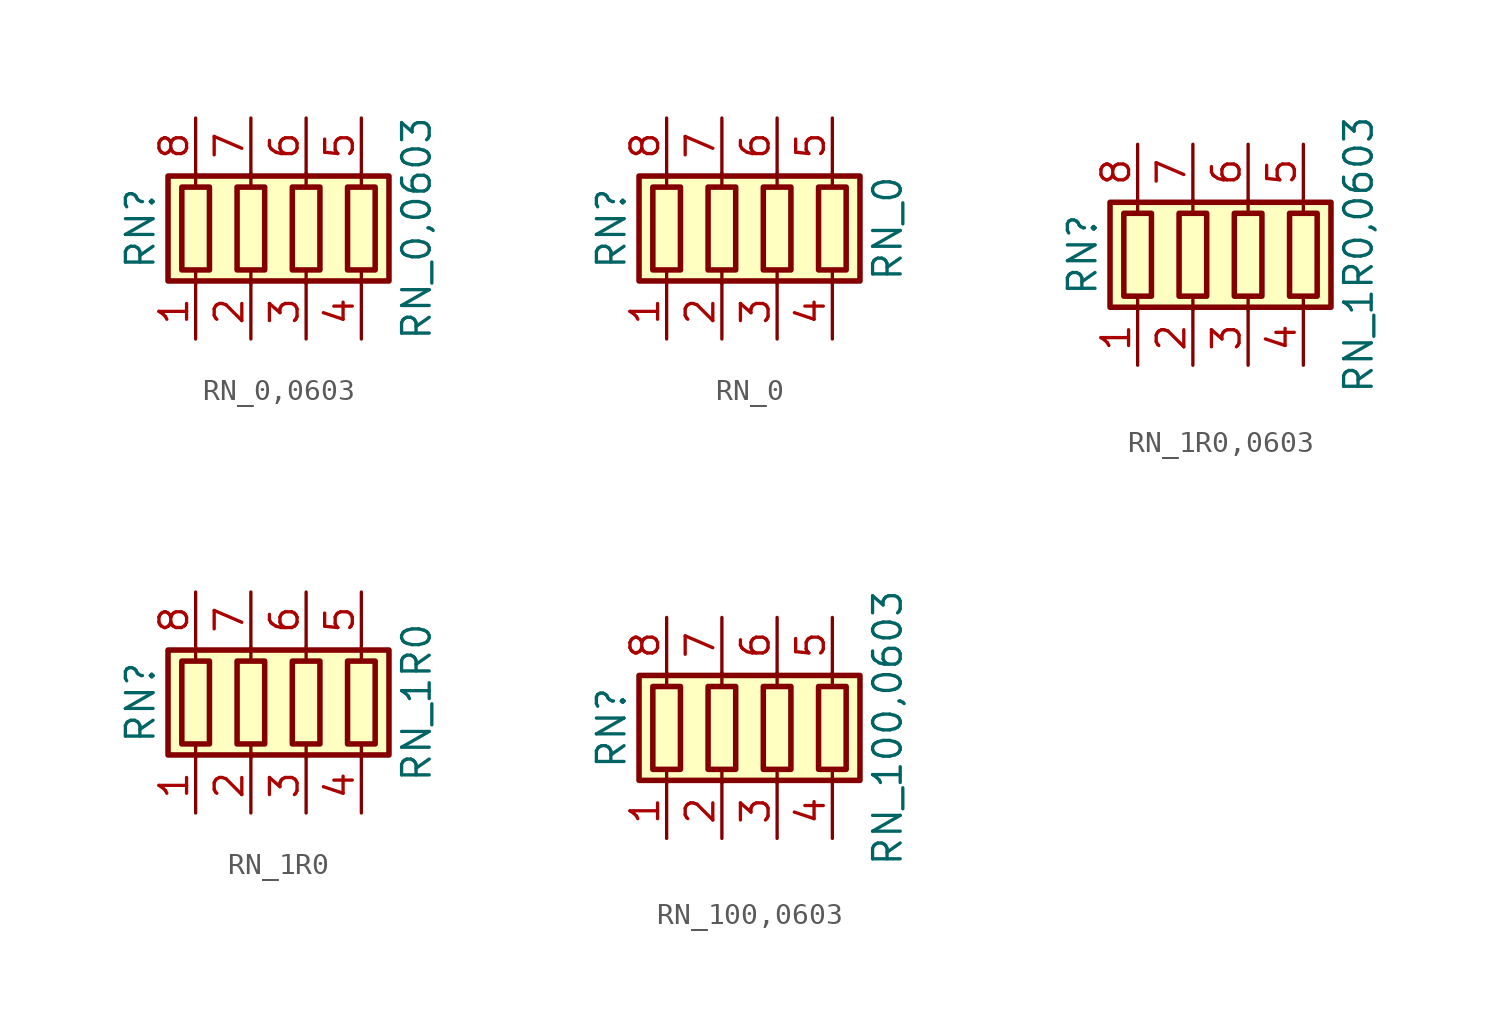
<source format=kicad_sym>
(kicad_symbol_lib
  (version 20211014)
  (generator kicad_symbol_editor)
  (symbol "RN_0,0603"
    (pin_names
      (offset 0) hide)
    (property "Reference" "RN"
      (at -7.62 0 90)
      (effects (font (size 1.27 1.27))))
    (property "Value" "RN_0,0603"
      (at 5.08 0 90)
      (effects (font (size 1.27 1.27))))
    (symbol "RN_0,0603_0_1"
      (rectangle (start -6.35 -2.413) (end 3.81 2.413) (stroke (width 0.254) (type default) (color 0 0 0 0)) (fill (type background)))
      (rectangle (start -5.715 1.905) (end -4.445 -1.905) (stroke (width 0.254) (type default) (color 0 0 0 0)) (fill (type none)))
      (rectangle (start -3.175 1.905) (end -1.905 -1.905) (stroke (width 0.254) (type default) (color 0 0 0 0)) (fill (type none)))
      (rectangle (start -0.635 1.905) (end 0.635 -1.905) (stroke (width 0.254) (type default) (color 0 0 0 0)) (fill (type none)))
      (polyline (pts (xy -5.08 -2.54) (xy -5.08 -1.905)) (stroke (width 0) (type default) (color 0 0 0 0)) (fill (type none)))
      (polyline (pts (xy -5.08 1.905) (xy -5.08 2.54)) (stroke (width 0) (type default) (color 0 0 0 0)) (fill (type none)))
      (polyline (pts (xy -2.54 -2.54) (xy -2.54 -1.905)) (stroke (width 0) (type default) (color 0 0 0 0)) (fill (type none)))
      (polyline (pts (xy -2.54 1.905) (xy -2.54 2.54)) (stroke (width 0) (type default) (color 0 0 0 0)) (fill (type none)))
      (polyline (pts (xy 0 -2.54) (xy 0 -1.905)) (stroke (width 0) (type default) (color 0 0 0 0)) (fill (type none)))
      (polyline (pts (xy 0 1.905) (xy 0 2.54)) (stroke (width 0) (type default) (color 0 0 0 0)) (fill (type none)))
      (polyline (pts (xy 2.54 -2.54) (xy 2.54 -1.905)) (stroke (width 0) (type default) (color 0 0 0 0)) (fill (type none)))
      (polyline (pts (xy 2.54 1.905) (xy 2.54 2.54)) (stroke (width 0) (type default) (color 0 0 0 0)) (fill (type none)))
      (rectangle (start 1.905 1.905) (end 3.175 -1.905) (stroke (width 0.254) (type default) (color 0 0 0 0)) (fill (type none))))
    (symbol "RN_0,0603_1_1"
      (pin passive line (at -5.08 -5.08 90) (length 2.54) (name "R1.1" (effects (font (size 1.27 1.27)))) (number "1" (effects (font (size 1.27 1.27)))))
      (pin passive line (at -2.54 -5.08 90) (length 2.54) (name "R2.1" (effects (font (size 1.27 1.27)))) (number "2" (effects (font (size 1.27 1.27)))))
      (pin passive line (at 0 -5.08 90) (length 2.54) (name "R3.1" (effects (font (size 1.27 1.27)))) (number "3" (effects (font (size 1.27 1.27)))))
      (pin passive line (at 2.54 -5.08 90) (length 2.54) (name "R4.1" (effects (font (size 1.27 1.27)))) (number "4" (effects (font (size 1.27 1.27)))))
      (pin passive line (at 2.54 5.08 270) (length 2.54) (name "R4.2" (effects (font (size 1.27 1.27)))) (number "5" (effects (font (size 1.27 1.27)))))
      (pin passive line (at 0 5.08 270) (length 2.54) (name "R3.2" (effects (font (size 1.27 1.27)))) (number "6" (effects (font (size 1.27 1.27)))))
      (pin passive line (at -2.54 5.08 270) (length 2.54) (name "R2.2" (effects (font (size 1.27 1.27)))) (number "7" (effects (font (size 1.27 1.27)))))
      (pin passive line (at -5.08 5.08 270) (length 2.54) (name "R1.2" (effects (font (size 1.27 1.27)))) (number "8" (effects (font (size 1.27 1.27)))))))
  (symbol "RN_0"
    (pin_names
      (offset 0) hide)
    (property "Reference" "RN"
      (at -7.62 0 90)
      (effects (font (size 1.27 1.27))))
    (property "Value" "RN_0"
      (at 5.08 0 90)
      (effects (font (size 1.27 1.27))))
    (symbol "RN_0_0_1"
      (rectangle (start -6.35 -2.413) (end 3.81 2.413) (stroke (width 0.254) (type default) (color 0 0 0 0)) (fill (type background)))
      (rectangle (start -5.715 1.905) (end -4.445 -1.905) (stroke (width 0.254) (type default) (color 0 0 0 0)) (fill (type none)))
      (rectangle (start -3.175 1.905) (end -1.905 -1.905) (stroke (width 0.254) (type default) (color 0 0 0 0)) (fill (type none)))
      (rectangle (start -0.635 1.905) (end 0.635 -1.905) (stroke (width 0.254) (type default) (color 0 0 0 0)) (fill (type none)))
      (polyline (pts (xy -5.08 -2.54) (xy -5.08 -1.905)) (stroke (width 0) (type default) (color 0 0 0 0)) (fill (type none)))
      (polyline (pts (xy -5.08 1.905) (xy -5.08 2.54)) (stroke (width 0) (type default) (color 0 0 0 0)) (fill (type none)))
      (polyline (pts (xy -2.54 -2.54) (xy -2.54 -1.905)) (stroke (width 0) (type default) (color 0 0 0 0)) (fill (type none)))
      (polyline (pts (xy -2.54 1.905) (xy -2.54 2.54)) (stroke (width 0) (type default) (color 0 0 0 0)) (fill (type none)))
      (polyline (pts (xy 0 -2.54) (xy 0 -1.905)) (stroke (width 0) (type default) (color 0 0 0 0)) (fill (type none)))
      (polyline (pts (xy 0 1.905) (xy 0 2.54)) (stroke (width 0) (type default) (color 0 0 0 0)) (fill (type none)))
      (polyline (pts (xy 2.54 -2.54) (xy 2.54 -1.905)) (stroke (width 0) (type default) (color 0 0 0 0)) (fill (type none)))
      (polyline (pts (xy 2.54 1.905) (xy 2.54 2.54)) (stroke (width 0) (type default) (color 0 0 0 0)) (fill (type none)))
      (rectangle (start 1.905 1.905) (end 3.175 -1.905) (stroke (width 0.254) (type default) (color 0 0 0 0)) (fill (type none))))
    (symbol "RN_0_1_1"
      (pin passive line (at -5.08 -5.08 90) (length 2.54) (name "R1.1" (effects (font (size 1.27 1.27)))) (number "1" (effects (font (size 1.27 1.27)))))
      (pin passive line (at -2.54 -5.08 90) (length 2.54) (name "R2.1" (effects (font (size 1.27 1.27)))) (number "2" (effects (font (size 1.27 1.27)))))
      (pin passive line (at 0 -5.08 90) (length 2.54) (name "R3.1" (effects (font (size 1.27 1.27)))) (number "3" (effects (font (size 1.27 1.27)))))
      (pin passive line (at 2.54 -5.08 90) (length 2.54) (name "R4.1" (effects (font (size 1.27 1.27)))) (number "4" (effects (font (size 1.27 1.27)))))
      (pin passive line (at 2.54 5.08 270) (length 2.54) (name "R4.2" (effects (font (size 1.27 1.27)))) (number "5" (effects (font (size 1.27 1.27)))))
      (pin passive line (at 0 5.08 270) (length 2.54) (name "R3.2" (effects (font (size 1.27 1.27)))) (number "6" (effects (font (size 1.27 1.27)))))
      (pin passive line (at -2.54 5.08 270) (length 2.54) (name "R2.2" (effects (font (size 1.27 1.27)))) (number "7" (effects (font (size 1.27 1.27)))))
      (pin passive line (at -5.08 5.08 270) (length 2.54) (name "R1.2" (effects (font (size 1.27 1.27)))) (number "8" (effects (font (size 1.27 1.27)))))))
  (symbol "RN_1R0,0603"
    (pin_names
      (offset 0) hide)
    (property "Reference" "RN"
      (at -7.62 0 90)
      (effects (font (size 1.27 1.27))))
    (property "Value" "RN_1R0,0603"
      (at 5.08 0 90)
      (effects (font (size 1.27 1.27))))
    (symbol "RN_1R0,0603_0_1"
      (rectangle (start -6.35 -2.413) (end 3.81 2.413) (stroke (width 0.254) (type default) (color 0 0 0 0)) (fill (type background)))
      (rectangle (start -5.715 1.905) (end -4.445 -1.905) (stroke (width 0.254) (type default) (color 0 0 0 0)) (fill (type none)))
      (rectangle (start -3.175 1.905) (end -1.905 -1.905) (stroke (width 0.254) (type default) (color 0 0 0 0)) (fill (type none)))
      (rectangle (start -0.635 1.905) (end 0.635 -1.905) (stroke (width 0.254) (type default) (color 0 0 0 0)) (fill (type none)))
      (polyline (pts (xy -5.08 -2.54) (xy -5.08 -1.905)) (stroke (width 0) (type default) (color 0 0 0 0)) (fill (type none)))
      (polyline (pts (xy -5.08 1.905) (xy -5.08 2.54)) (stroke (width 0) (type default) (color 0 0 0 0)) (fill (type none)))
      (polyline (pts (xy -2.54 -2.54) (xy -2.54 -1.905)) (stroke (width 0) (type default) (color 0 0 0 0)) (fill (type none)))
      (polyline (pts (xy -2.54 1.905) (xy -2.54 2.54)) (stroke (width 0) (type default) (color 0 0 0 0)) (fill (type none)))
      (polyline (pts (xy 0 -2.54) (xy 0 -1.905)) (stroke (width 0) (type default) (color 0 0 0 0)) (fill (type none)))
      (polyline (pts (xy 0 1.905) (xy 0 2.54)) (stroke (width 0) (type default) (color 0 0 0 0)) (fill (type none)))
      (polyline (pts (xy 2.54 -2.54) (xy 2.54 -1.905)) (stroke (width 0) (type default) (color 0 0 0 0)) (fill (type none)))
      (polyline (pts (xy 2.54 1.905) (xy 2.54 2.54)) (stroke (width 0) (type default) (color 0 0 0 0)) (fill (type none)))
      (rectangle (start 1.905 1.905) (end 3.175 -1.905) (stroke (width 0.254) (type default) (color 0 0 0 0)) (fill (type none))))
    (symbol "RN_1R0,0603_1_1"
      (pin passive line (at -5.08 -5.08 90) (length 2.54) (name "R1.1" (effects (font (size 1.27 1.27)))) (number "1" (effects (font (size 1.27 1.27)))))
      (pin passive line (at -2.54 -5.08 90) (length 2.54) (name "R2.1" (effects (font (size 1.27 1.27)))) (number "2" (effects (font (size 1.27 1.27)))))
      (pin passive line (at 0 -5.08 90) (length 2.54) (name "R3.1" (effects (font (size 1.27 1.27)))) (number "3" (effects (font (size 1.27 1.27)))))
      (pin passive line (at 2.54 -5.08 90) (length 2.54) (name "R4.1" (effects (font (size 1.27 1.27)))) (number "4" (effects (font (size 1.27 1.27)))))
      (pin passive line (at 2.54 5.08 270) (length 2.54) (name "R4.2" (effects (font (size 1.27 1.27)))) (number "5" (effects (font (size 1.27 1.27)))))
      (pin passive line (at 0 5.08 270) (length 2.54) (name "R3.2" (effects (font (size 1.27 1.27)))) (number "6" (effects (font (size 1.27 1.27)))))
      (pin passive line (at -2.54 5.08 270) (length 2.54) (name "R2.2" (effects (font (size 1.27 1.27)))) (number "7" (effects (font (size 1.27 1.27)))))
      (pin passive line (at -5.08 5.08 270) (length 2.54) (name "R1.2" (effects (font (size 1.27 1.27)))) (number "8" (effects (font (size 1.27 1.27)))))))
  (symbol "RN_1R0"
    (pin_names
      (offset 0) hide)
    (property "Reference" "RN"
      (at -7.62 0 90)
      (effects (font (size 1.27 1.27))))
    (property "Value" "RN_1R0"
      (at 5.08 0 90)
      (effects (font (size 1.27 1.27))))
    (symbol "RN_1R0_0_1"
      (rectangle (start -6.35 -2.413) (end 3.81 2.413) (stroke (width 0.254) (type default) (color 0 0 0 0)) (fill (type background)))
      (rectangle (start -5.715 1.905) (end -4.445 -1.905) (stroke (width 0.254) (type default) (color 0 0 0 0)) (fill (type none)))
      (rectangle (start -3.175 1.905) (end -1.905 -1.905) (stroke (width 0.254) (type default) (color 0 0 0 0)) (fill (type none)))
      (rectangle (start -0.635 1.905) (end 0.635 -1.905) (stroke (width 0.254) (type default) (color 0 0 0 0)) (fill (type none)))
      (polyline (pts (xy -5.08 -2.54) (xy -5.08 -1.905)) (stroke (width 0) (type default) (color 0 0 0 0)) (fill (type none)))
      (polyline (pts (xy -5.08 1.905) (xy -5.08 2.54)) (stroke (width 0) (type default) (color 0 0 0 0)) (fill (type none)))
      (polyline (pts (xy -2.54 -2.54) (xy -2.54 -1.905)) (stroke (width 0) (type default) (color 0 0 0 0)) (fill (type none)))
      (polyline (pts (xy -2.54 1.905) (xy -2.54 2.54)) (stroke (width 0) (type default) (color 0 0 0 0)) (fill (type none)))
      (polyline (pts (xy 0 -2.54) (xy 0 -1.905)) (stroke (width 0) (type default) (color 0 0 0 0)) (fill (type none)))
      (polyline (pts (xy 0 1.905) (xy 0 2.54)) (stroke (width 0) (type default) (color 0 0 0 0)) (fill (type none)))
      (polyline (pts (xy 2.54 -2.54) (xy 2.54 -1.905)) (stroke (width 0) (type default) (color 0 0 0 0)) (fill (type none)))
      (polyline (pts (xy 2.54 1.905) (xy 2.54 2.54)) (stroke (width 0) (type default) (color 0 0 0 0)) (fill (type none)))
      (rectangle (start 1.905 1.905) (end 3.175 -1.905) (stroke (width 0.254) (type default) (color 0 0 0 0)) (fill (type none))))
    (symbol "RN_1R0_1_1"
      (pin passive line (at -5.08 -5.08 90) (length 2.54) (name "R1.1" (effects (font (size 1.27 1.27)))) (number "1" (effects (font (size 1.27 1.27)))))
      (pin passive line (at -2.54 -5.08 90) (length 2.54) (name "R2.1" (effects (font (size 1.27 1.27)))) (number "2" (effects (font (size 1.27 1.27)))))
      (pin passive line (at 0 -5.08 90) (length 2.54) (name "R3.1" (effects (font (size 1.27 1.27)))) (number "3" (effects (font (size 1.27 1.27)))))
      (pin passive line (at 2.54 -5.08 90) (length 2.54) (name "R4.1" (effects (font (size 1.27 1.27)))) (number "4" (effects (font (size 1.27 1.27)))))
      (pin passive line (at 2.54 5.08 270) (length 2.54) (name "R4.2" (effects (font (size 1.27 1.27)))) (number "5" (effects (font (size 1.27 1.27)))))
      (pin passive line (at 0 5.08 270) (length 2.54) (name "R3.2" (effects (font (size 1.27 1.27)))) (number "6" (effects (font (size 1.27 1.27)))))
      (pin passive line (at -2.54 5.08 270) (length 2.54) (name "R2.2" (effects (font (size 1.27 1.27)))) (number "7" (effects (font (size 1.27 1.27)))))
      (pin passive line (at -5.08 5.08 270) (length 2.54) (name "R1.2" (effects (font (size 1.27 1.27)))) (number "8" (effects (font (size 1.27 1.27)))))))
  (symbol "RN_100,0603"
    (pin_names
      (offset 0) hide)
    (property "Reference" "RN"
      (at -7.62 0 90)
      (effects (font (size 1.27 1.27))))
    (property "Value" "RN_100,0603"
      (at 5.08 0 90)
      (effects (font (size 1.27 1.27))))
    (symbol "RN_100,0603_0_1"
      (rectangle (start -6.35 -2.413) (end 3.81 2.413) (stroke (width 0.254) (type default) (color 0 0 0 0)) (fill (type background)))
      (rectangle (start -5.715 1.905) (end -4.445 -1.905) (stroke (width 0.254) (type default) (color 0 0 0 0)) (fill (type none)))
      (rectangle (start -3.175 1.905) (end -1.905 -1.905) (stroke (width 0.254) (type default) (color 0 0 0 0)) (fill (type none)))
      (rectangle (start -0.635 1.905) (end 0.635 -1.905) (stroke (width 0.254) (type default) (color 0 0 0 0)) (fill (type none)))
      (polyline (pts (xy -5.08 -2.54) (xy -5.08 -1.905)) (stroke (width 0) (type default) (color 0 0 0 0)) (fill (type none)))
      (polyline (pts (xy -5.08 1.905) (xy -5.08 2.54)) (stroke (width 0) (type default) (color 0 0 0 0)) (fill (type none)))
      (polyline (pts (xy -2.54 -2.54) (xy -2.54 -1.905)) (stroke (width 0) (type default) (color 0 0 0 0)) (fill (type none)))
      (polyline (pts (xy -2.54 1.905) (xy -2.54 2.54)) (stroke (width 0) (type default) (color 0 0 0 0)) (fill (type none)))
      (polyline (pts (xy 0 -2.54) (xy 0 -1.905)) (stroke (width 0) (type default) (color 0 0 0 0)) (fill (type none)))
      (polyline (pts (xy 0 1.905) (xy 0 2.54)) (stroke (width 0) (type default) (color 0 0 0 0)) (fill (type none)))
      (polyline (pts (xy 2.54 -2.54) (xy 2.54 -1.905)) (stroke (width 0) (type default) (color 0 0 0 0)) (fill (type none)))
      (polyline (pts (xy 2.54 1.905) (xy 2.54 2.54)) (stroke (width 0) (type default) (color 0 0 0 0)) (fill (type none)))
      (rectangle (start 1.905 1.905) (end 3.175 -1.905) (stroke (width 0.254) (type default) (color 0 0 0 0)) (fill (type none))))
    (symbol "RN_100,0603_1_1"
      (pin passive line (at -5.08 -5.08 90) (length 2.54) (name "R1.1" (effects (font (size 1.27 1.27)))) (number "1" (effects (font (size 1.27 1.27)))))
      (pin passive line (at -2.54 -5.08 90) (length 2.54) (name "R2.1" (effects (font (size 1.27 1.27)))) (number "2" (effects (font (size 1.27 1.27)))))
      (pin passive line (at 0 -5.08 90) (length 2.54) (name "R3.1" (effects (font (size 1.27 1.27)))) (number "3" (effects (font (size 1.27 1.27)))))
      (pin passive line (at 2.54 -5.08 90) (length 2.54) (name "R4.1" (effects (font (size 1.27 1.27)))) (number "4" (effects (font (size 1.27 1.27)))))
      (pin passive line (at 2.54 5.08 270) (length 2.54) (name "R4.2" (effects (font (size 1.27 1.27)))) (number "5" (effects (font (size 1.27 1.27)))))
      (pin passive line (at 0 5.08 270) (length 2.54) (name "R3.2" (effects (font (size 1.27 1.27)))) (number "6" (effects (font (size 1.27 1.27)))))
      (pin passive line (at -2.54 5.08 270) (length 2.54) (name "R2.2" (effects (font (size 1.27 1.27)))) (number "7" (effects (font (size 1.27 1.27)))))
      (pin passive line (at -5.08 5.08 270) (length 2.54) (name "R1.2" (effects (font (size 1.27 1.27)))) (number "8" (effects (font (size 1.27 1.27))))))))
</source>
